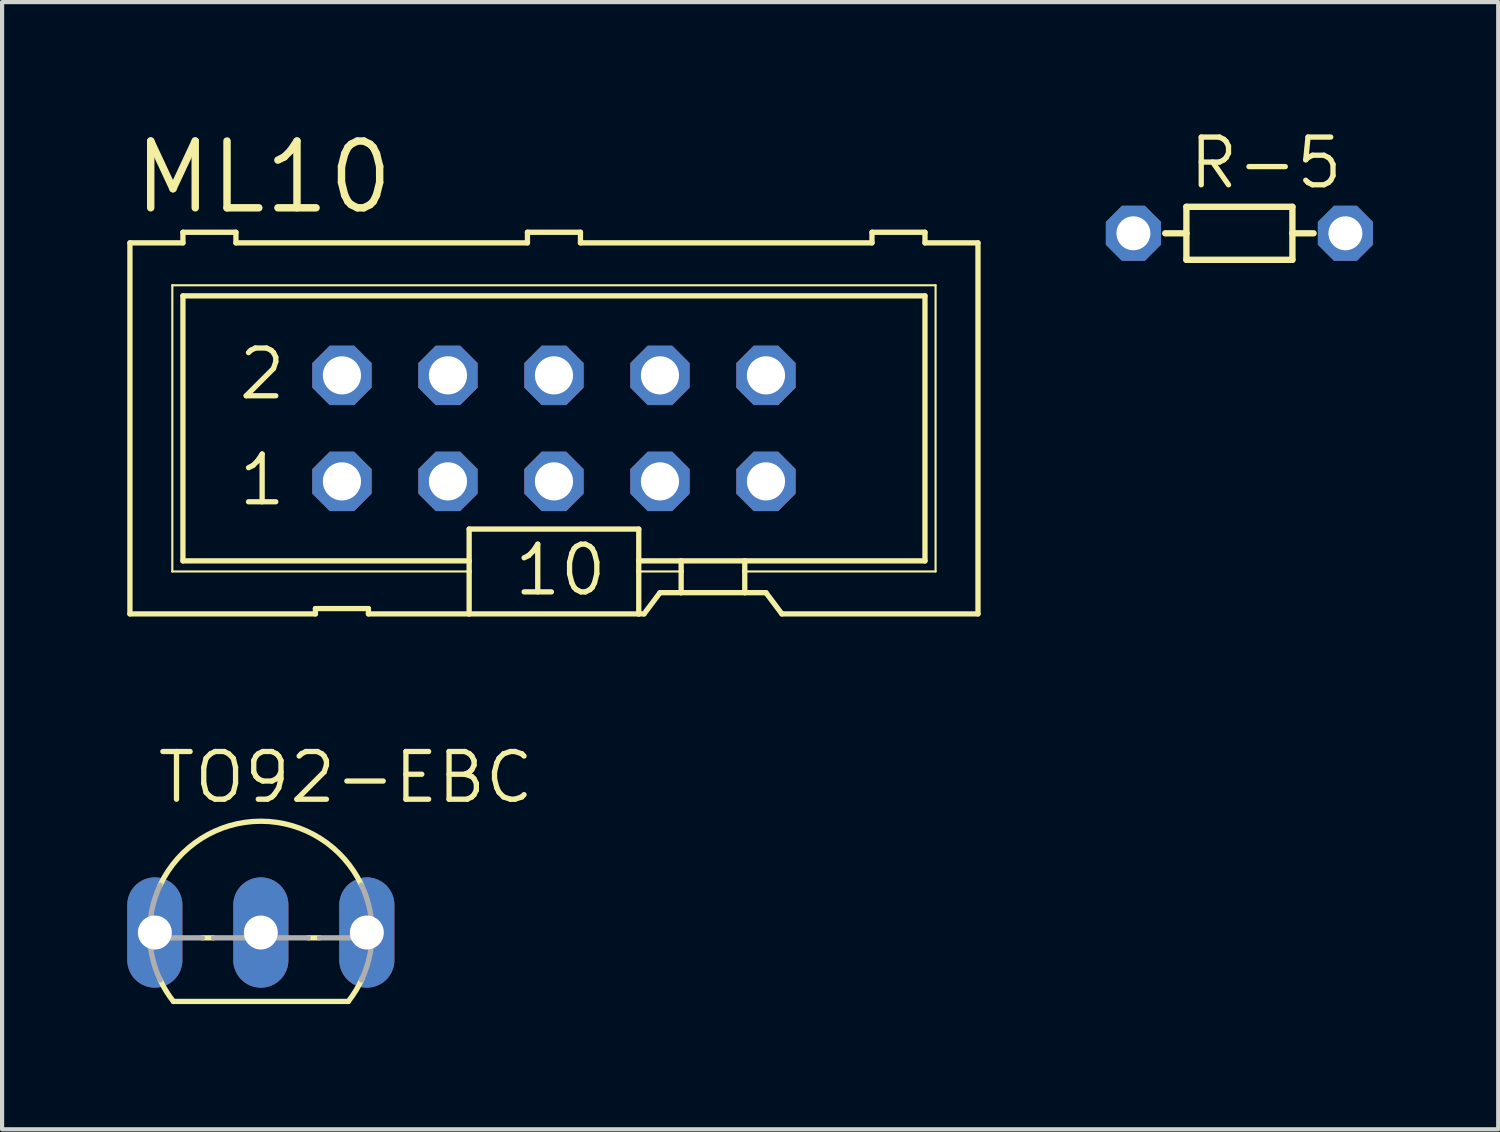
<source format=kicad_pcb>
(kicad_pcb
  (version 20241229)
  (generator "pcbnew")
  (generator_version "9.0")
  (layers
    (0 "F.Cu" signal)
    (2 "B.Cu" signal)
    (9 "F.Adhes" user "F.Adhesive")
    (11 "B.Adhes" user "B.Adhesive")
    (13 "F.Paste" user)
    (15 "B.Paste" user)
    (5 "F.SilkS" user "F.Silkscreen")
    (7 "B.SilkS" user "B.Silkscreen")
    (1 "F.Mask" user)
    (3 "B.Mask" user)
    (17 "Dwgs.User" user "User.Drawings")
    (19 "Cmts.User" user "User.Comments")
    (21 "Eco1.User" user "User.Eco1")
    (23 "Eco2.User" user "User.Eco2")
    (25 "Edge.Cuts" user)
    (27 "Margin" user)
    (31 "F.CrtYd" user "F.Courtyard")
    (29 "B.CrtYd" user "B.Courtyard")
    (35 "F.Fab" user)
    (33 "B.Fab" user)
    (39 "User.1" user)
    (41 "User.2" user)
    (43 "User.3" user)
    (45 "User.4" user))
  (footprint "R-5"
    (layer "F.Cu")
    (at 26.647 2.54)
    (property "Reference" "R-5" (at -1.27 -1.016 0) (unlocked yes) (layer "F.SilkS") (effects (font (size 1.143 1.143) (thickness 0.127)) (justify left bottom)))
    (fp_line (start -1.778 0) (end -1.27 0) (stroke (width 0.152) (type solid)) (layer "F.SilkS"))
    (fp_line (start -1.27 -0.635) (end -1.27 0) (stroke (width 0.152) (type solid)) (layer "F.SilkS"))
    (fp_line (start -1.27 -0.635) (end 1.27 -0.635) (stroke (width 0.152) (type solid)) (layer "F.SilkS"))
    (fp_line (start -1.27 0) (end -1.27 0.635) (stroke (width 0.152) (type solid)) (layer "F.SilkS"))
    (fp_line (start 1.27 -0.635) (end 1.27 0) (stroke (width 0.152) (type solid)) (layer "F.SilkS"))
    (fp_line (start 1.27 0) (end 1.27 0.635) (stroke (width 0.152) (type solid)) (layer "F.SilkS"))
    (fp_line (start 1.27 0) (end 1.778 0) (stroke (width 0.152) (type solid)) (layer "F.SilkS"))
    (fp_line (start 1.27 0.635) (end -1.27 0.635) (stroke (width 0.152) (type solid)) (layer "F.SilkS"))
    (pad "1" thru_hole roundrect (at -2.54 0) (size 1.321 1.321) (drill 0.813) (layers "*.Cu" "*.Mask") (roundrect_rratio 0.25) (chamfer_ratio 0.293) (chamfer top_left top_right bottom_left bottom_right))
    (pad "2" thru_hole roundrect (at 2.54 0) (size 1.321 1.321) (drill 0.813) (layers "*.Cu" "*.Mask") (roundrect_rratio 0.25) (chamfer_ratio 0.293) (chamfer top_left top_right bottom_left bottom_right)))
  (footprint "ML10"
    (layer "F.Cu")
    (at 10.223 7.214)
    (property "Reference" "ML10" (at -10.16 -5.08 0) (unlocked yes) (layer "F.SilkS") (effects (font (size 1.6 1.6) (thickness 0.178)) (justify left bottom)))
    (fp_line (start -10.16 -4.445) (end -10.16 4.445) (stroke (width 0.127) (type solid)) (layer "F.SilkS"))
    (fp_line (start -10.16 -4.445) (end -8.89 -4.445) (stroke (width 0.127) (type solid)) (layer "F.SilkS"))
    (fp_line (start -9.144 -3.429) (end -9.144 3.429) (stroke (width 0.051) (type solid)) (layer "F.SilkS"))
    (fp_line (start -9.144 3.429) (end -2.032 3.429) (stroke (width 0.051) (type solid)) (layer "F.SilkS"))
    (fp_line (start -8.89 -4.699) (end -8.89 -4.445) (stroke (width 0.127) (type solid)) (layer "F.SilkS"))
    (fp_line (start -8.89 -3.175) (end -8.89 3.175) (stroke (width 0.127) (type solid)) (layer "F.SilkS"))
    (fp_line (start -8.89 -3.175) (end 8.89 -3.175) (stroke (width 0.127) (type solid)) (layer "F.SilkS"))
    (fp_line (start -7.62 -4.699) (end -8.89 -4.699) (stroke (width 0.127) (type solid)) (layer "F.SilkS"))
    (fp_line (start -7.62 -4.699) (end -7.62 -4.445) (stroke (width 0.127) (type solid)) (layer "F.SilkS"))
    (fp_line (start -7.62 -4.445) (end -0.635 -4.445) (stroke (width 0.127) (type solid)) (layer "F.SilkS"))
    (fp_line (start -5.715 4.445) (end -10.16 4.445) (stroke (width 0.127) (type solid)) (layer "F.SilkS"))
    (fp_line (start -5.715 4.445) (end -5.715 4.318) (stroke (width 0.127) (type solid)) (layer "F.SilkS"))
    (fp_line (start -4.445 4.318) (end -5.715 4.318) (stroke (width 0.127) (type solid)) (layer "F.SilkS"))
    (fp_line (start -4.445 4.318) (end -4.445 4.445) (stroke (width 0.127) (type solid)) (layer "F.SilkS"))
    (fp_line (start -2.032 3.175) (end -8.89 3.175) (stroke (width 0.127) (type solid)) (layer "F.SilkS"))
    (fp_line (start -2.032 3.175) (end -2.032 2.413) (stroke (width 0.127) (type solid)) (layer "F.SilkS"))
    (fp_line (start -2.032 3.175) (end -2.032 3.429) (stroke (width 0.127) (type solid)) (layer "F.SilkS"))
    (fp_line (start -2.032 3.429) (end -2.032 4.445) (stroke (width 0.127) (type solid)) (layer "F.SilkS"))
    (fp_line (start -2.032 4.445) (end -4.445 4.445) (stroke (width 0.127) (type solid)) (layer "F.SilkS"))
    (fp_line (start -0.635 -4.699) (end -0.635 -4.445) (stroke (width 0.127) (type solid)) (layer "F.SilkS"))
    (fp_line (start 0.635 -4.699) (end -0.635 -4.699) (stroke (width 0.127) (type solid)) (layer "F.SilkS"))
    (fp_line (start 0.635 -4.699) (end 0.635 -4.445) (stroke (width 0.127) (type solid)) (layer "F.SilkS"))
    (fp_line (start 0.635 -4.445) (end 7.62 -4.445) (stroke (width 0.127) (type solid)) (layer "F.SilkS"))
    (fp_line (start 2.032 2.413) (end -2.032 2.413) (stroke (width 0.127) (type solid)) (layer "F.SilkS"))
    (fp_line (start 2.032 2.413) (end 2.032 3.175) (stroke (width 0.127) (type solid)) (layer "F.SilkS"))
    (fp_line (start 2.032 3.175) (end 2.032 3.429) (stroke (width 0.127) (type solid)) (layer "F.SilkS"))
    (fp_line (start 2.032 3.429) (end 2.032 4.445) (stroke (width 0.127) (type solid)) (layer "F.SilkS"))
    (fp_line (start 2.032 4.445) (end -2.032 4.445) (stroke (width 0.127) (type solid)) (layer "F.SilkS"))
    (fp_line (start 2.159 4.445) (end 2.032 4.445) (stroke (width 0.127) (type solid)) (layer "F.SilkS"))
    (fp_line (start 2.159 4.445) (end 2.54 3.937) (stroke (width 0.127) (type solid)) (layer "F.SilkS"))
    (fp_line (start 3.048 3.175) (end 2.032 3.175) (stroke (width 0.127) (type solid)) (layer "F.SilkS"))
    (fp_line (start 3.048 3.175) (end 3.048 3.429) (stroke (width 0.127) (type solid)) (layer "F.SilkS"))
    (fp_line (start 3.048 3.429) (end 2.032 3.429) (stroke (width 0.051) (type solid)) (layer "F.SilkS"))
    (fp_line (start 3.048 3.429) (end 3.048 3.937) (stroke (width 0.127) (type solid)) (layer "F.SilkS"))
    (fp_line (start 3.048 3.937) (end 2.54 3.937) (stroke (width 0.127) (type solid)) (layer "F.SilkS"))
    (fp_line (start 4.572 3.175) (end 3.048 3.175) (stroke (width 0.127) (type solid)) (layer "F.SilkS"))
    (fp_line (start 4.572 3.175) (end 4.572 3.429) (stroke (width 0.127) (type solid)) (layer "F.SilkS"))
    (fp_line (start 4.572 3.429) (end 4.572 3.937) (stroke (width 0.127) (type solid)) (layer "F.SilkS"))
    (fp_line (start 4.572 3.429) (end 9.144 3.429) (stroke (width 0.051) (type solid)) (layer "F.SilkS"))
    (fp_line (start 4.572 3.937) (end 3.048 3.937) (stroke (width 0.127) (type solid)) (layer "F.SilkS"))
    (fp_line (start 5.08 3.937) (end 4.572 3.937) (stroke (width 0.127) (type solid)) (layer "F.SilkS"))
    (fp_line (start 5.08 3.937) (end 5.461 4.445) (stroke (width 0.127) (type solid)) (layer "F.SilkS"))
    (fp_line (start 7.62 -4.445) (end 7.62 -4.699) (stroke (width 0.127) (type solid)) (layer "F.SilkS"))
    (fp_line (start 8.89 -4.699) (end 7.62 -4.699) (stroke (width 0.127) (type solid)) (layer "F.SilkS"))
    (fp_line (start 8.89 -4.445) (end 8.89 -4.699) (stroke (width 0.127) (type solid)) (layer "F.SilkS"))
    (fp_line (start 8.89 -4.445) (end 10.16 -4.445) (stroke (width 0.127) (type solid)) (layer "F.SilkS"))
    (fp_line (start 8.89 3.175) (end 4.572 3.175) (stroke (width 0.127) (type solid)) (layer "F.SilkS"))
    (fp_line (start 8.89 3.175) (end 8.89 -3.175) (stroke (width 0.127) (type solid)) (layer "F.SilkS"))
    (fp_line (start 9.144 -3.429) (end -9.144 -3.429) (stroke (width 0.051) (type solid)) (layer "F.SilkS"))
    (fp_line (start 9.144 3.429) (end 9.144 -3.429) (stroke (width 0.051) (type solid)) (layer "F.SilkS"))
    (fp_line (start 10.16 4.445) (end 5.461 4.445) (stroke (width 0.127) (type solid)) (layer "F.SilkS"))
    (fp_line (start 10.16 4.445) (end 10.16 -4.445) (stroke (width 0.127) (type solid)) (layer "F.SilkS"))
    (fp_poly (pts (xy -5.334 -1.016) (xy -4.826 -1.016) (xy -4.826 -1.524) (xy -5.334 -1.524)) (stroke (width 0.1) (type default)) (fill no) (layer "F.Fab"))
    (fp_poly (pts (xy -5.334 1.524) (xy -4.826 1.524) (xy -4.826 1.016) (xy -5.334 1.016)) (stroke (width 0.1) (type default)) (fill no) (layer "F.Fab"))
    (fp_poly (pts (xy -2.794 -1.016) (xy -2.286 -1.016) (xy -2.286 -1.524) (xy -2.794 -1.524)) (stroke (width 0.1) (type default)) (fill no) (layer "F.Fab"))
    (fp_poly (pts (xy -2.794 1.524) (xy -2.286 1.524) (xy -2.286 1.016) (xy -2.794 1.016)) (stroke (width 0.1) (type default)) (fill no) (layer "F.Fab"))
    (fp_poly (pts (xy -0.254 -1.016) (xy 0.254 -1.016) (xy 0.254 -1.524) (xy -0.254 -1.524)) (stroke (width 0.1) (type default)) (fill no) (layer "F.Fab"))
    (fp_poly (pts (xy -0.254 1.524) (xy 0.254 1.524) (xy 0.254 1.016) (xy -0.254 1.016)) (stroke (width 0.1) (type default)) (fill no) (layer "F.Fab"))
    (fp_poly (pts (xy 2.286 -1.016) (xy 2.794 -1.016) (xy 2.794 -1.524) (xy 2.286 -1.524)) (stroke (width 0.1) (type default)) (fill no) (layer "F.Fab"))
    (fp_poly (pts (xy 2.286 1.524) (xy 2.794 1.524) (xy 2.794 1.016) (xy 2.286 1.016)) (stroke (width 0.1) (type default)) (fill no) (layer "F.Fab"))
    (fp_poly (pts (xy 4.826 -1.016) (xy 5.334 -1.016) (xy 5.334 -1.524) (xy 4.826 -1.524)) (stroke (width 0.1) (type default)) (fill no) (layer "F.Fab"))
    (fp_poly (pts (xy 4.826 1.524) (xy 5.334 1.524) (xy 5.334 1.016) (xy 4.826 1.016)) (stroke (width 0.1) (type default)) (fill no) (layer "F.Fab"))
    (fp_text user "1" (at -7.62 1.905 0) (unlocked yes) (layer "F.SilkS") (effects (font (size 1.143 1.143) (thickness 0.127)) (justify left bottom)))
    (fp_text user "10" (at -1.016 4.064 0) (unlocked yes) (layer "F.SilkS") (effects (font (size 1.143 1.143) (thickness 0.127)) (justify left bottom)))
    (fp_text user "2" (at -7.62 -0.635 0) (unlocked yes) (layer "F.SilkS") (effects (font (size 1.143 1.143) (thickness 0.127)) (justify left bottom)))
    (pad "1" thru_hole roundrect (at -5.08 1.27) (size 1.422 1.422) (drill 0.914) (layers "*.Cu" "*.Mask") (roundrect_rratio 0.25) (chamfer_ratio 0.293) (chamfer top_left top_right bottom_left bottom_right))
    (pad "2" thru_hole roundrect (at -5.08 -1.27) (size 1.422 1.422) (drill 0.914) (layers "*.Cu" "*.Mask") (roundrect_rratio 0.25) (chamfer_ratio 0.293) (chamfer top_left top_right bottom_left bottom_right))
    (pad "3" thru_hole roundrect (at -2.54 1.27) (size 1.422 1.422) (drill 0.914) (layers "*.Cu" "*.Mask") (roundrect_rratio 0.25) (chamfer_ratio 0.293) (chamfer top_left top_right bottom_left bottom_right))
    (pad "4" thru_hole roundrect (at -2.54 -1.27) (size 1.422 1.422) (drill 0.914) (layers "*.Cu" "*.Mask") (roundrect_rratio 0.25) (chamfer_ratio 0.293) (chamfer top_left top_right bottom_left bottom_right))
    (pad "5" thru_hole roundrect (at 0 1.27) (size 1.422 1.422) (drill 0.914) (layers "*.Cu" "*.Mask") (roundrect_rratio 0.25) (chamfer_ratio 0.293) (chamfer top_left top_right bottom_left bottom_right))
    (pad "6" thru_hole roundrect (at 0 -1.27) (size 1.422 1.422) (drill 0.914) (layers "*.Cu" "*.Mask") (roundrect_rratio 0.25) (chamfer_ratio 0.293) (chamfer top_left top_right bottom_left bottom_right))
    (pad "7" thru_hole roundrect (at 2.54 1.27) (size 1.422 1.422) (drill 0.914) (layers "*.Cu" "*.Mask") (roundrect_rratio 0.25) (chamfer_ratio 0.293) (chamfer top_left top_right bottom_left bottom_right))
    (pad "8" thru_hole roundrect (at 2.54 -1.27) (size 1.422 1.422) (drill 0.914) (layers "*.Cu" "*.Mask") (roundrect_rratio 0.25) (chamfer_ratio 0.293) (chamfer top_left top_right bottom_left bottom_right))
    (pad "9" thru_hole roundrect (at 5.08 1.27) (size 1.422 1.422) (drill 0.914) (layers "*.Cu" "*.Mask") (roundrect_rratio 0.25) (chamfer_ratio 0.293) (chamfer top_left top_right bottom_left bottom_right))
    (pad "10" thru_hole roundrect (at 5.08 -1.27) (size 1.422 1.422) (drill 0.914) (layers "*.Cu" "*.Mask") (roundrect_rratio 0.25) (chamfer_ratio 0.293) (chamfer top_left top_right bottom_left bottom_right)))
  (footprint "TO92-EBC"
    (layer "F.Cu")
    (at 3.2 18.024)
    (property "Reference" "TO92-EBC" (at -2.54 -1.778 0) (unlocked yes) (layer "F.SilkS") (effects (font (size 1.143 1.143) (thickness 0.127)) (justify left bottom)))
    (fp_line (start -2.095 2.921) (end 2.095 2.921) (stroke (width 0.127) (type solid)) (layer "F.SilkS"))
    (fp_line (start -1.136 1.397) (end -1.404 1.397) (stroke (width 0.127) (type solid)) (layer "F.SilkS"))
    (fp_line (start 1.404 1.397) (end 1.136 1.397) (stroke (width 0.127) (type solid)) (layer "F.SilkS"))
    (fp_arc (start -2.413 0.1341) (mid 0 -1.39699) (end 2.413 0.1341) (stroke (width 0.127) (type solid)) (layer "F.SilkS"))
    (fp_arc (start -2.095 2.921) (mid -2.268918 2.67252) (end -2.4135 2.4059) (stroke (width 0.127) (type solid)) (layer "F.SilkS"))
    (fp_arc (start 2.4247 2.3818) (mid 2.275878 2.661201) (end 2.095 2.921) (stroke (width 0.127) (type solid)) (layer "F.SilkS"))
    (fp_line (start -1.404 1.397) (end -2.664 1.397) (stroke (width 0.127) (type solid)) (layer "F.Fab"))
    (fp_line (start 1.136 1.397) (end -1.136 1.397) (stroke (width 0.127) (type solid)) (layer "F.Fab"))
    (fp_line (start 2.664 1.397) (end 1.404 1.397) (stroke (width 0.127) (type solid)) (layer "F.Fab"))
    (fp_arc (start -2.664 1.397) (mid -2.615858 0.750175) (end -2.413 0.1341) (stroke (width 0.127) (type solid)) (layer "F.Fab"))
    (fp_arc (start -2.413 2.4059) (mid -2.588137 1.913799) (end -2.664 1.397) (stroke (width 0.127) (type solid)) (layer "F.Fab"))
    (fp_arc (start 2.413 0.1341) (mid 2.615858 0.750175) (end 2.664 1.397) (stroke (width 0.127) (type solid)) (layer "F.Fab"))
    (fp_arc (start 2.664 1.397) (mid 2.588137 1.913799) (end 2.413 2.4059) (stroke (width 0.127) (type solid)) (layer "F.Fab"))
    (pad "B" thru_hole oval (at 0 1.27 90) (size 2.642 1.321) (drill 0.813) (layers "*.Cu" "*.Mask"))
    (pad "C" thru_hole oval (at 2.54 1.27 90) (size 2.642 1.321) (drill 0.813) (layers "*.Cu" "*.Mask"))
    (pad "E" thru_hole oval (at -2.54 1.27 90) (size 2.642 1.321) (drill 0.813) (layers "*.Cu" "*.Mask")))
  (gr_rect
    (start -3 -3)
    (end 32.848 24.009)
    (stroke (width 0.1) (type default))
    (fill no)
    (layer "Edge.Cuts")))
</source>
